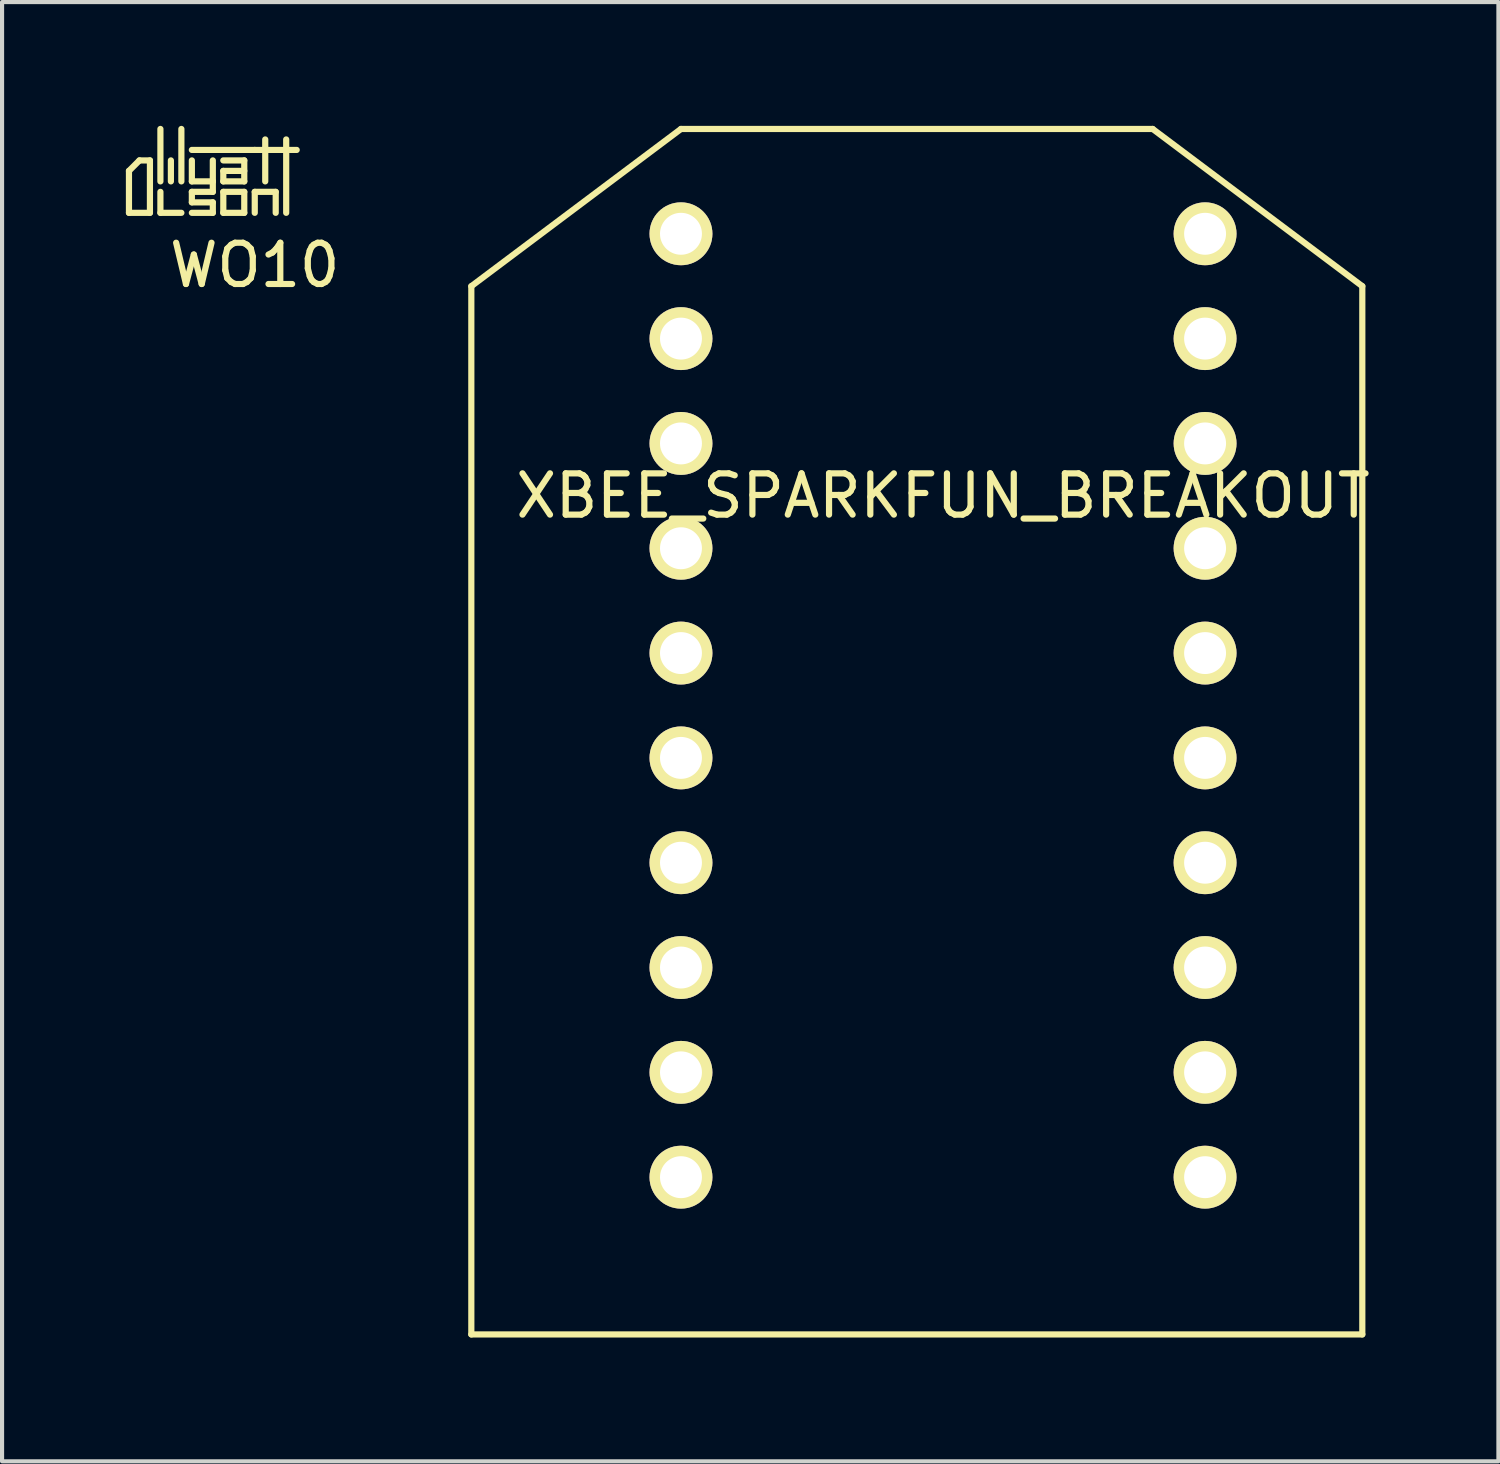
<source format=kicad_pcb>
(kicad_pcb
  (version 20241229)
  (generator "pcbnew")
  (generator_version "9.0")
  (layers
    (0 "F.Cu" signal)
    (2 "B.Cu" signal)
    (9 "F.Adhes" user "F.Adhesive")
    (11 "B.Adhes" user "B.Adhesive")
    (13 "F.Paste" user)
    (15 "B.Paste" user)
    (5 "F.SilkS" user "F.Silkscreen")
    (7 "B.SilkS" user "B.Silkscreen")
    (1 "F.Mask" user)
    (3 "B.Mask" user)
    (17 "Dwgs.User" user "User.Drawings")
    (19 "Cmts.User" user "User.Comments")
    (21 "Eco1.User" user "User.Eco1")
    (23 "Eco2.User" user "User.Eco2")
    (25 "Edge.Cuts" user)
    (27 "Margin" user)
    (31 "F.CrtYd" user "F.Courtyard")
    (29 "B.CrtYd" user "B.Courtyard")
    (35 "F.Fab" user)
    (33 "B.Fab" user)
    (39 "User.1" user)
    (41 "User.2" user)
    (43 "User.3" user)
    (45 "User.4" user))
  (footprint "WO10"
    (layer "F.Cu")
    (at 3.123 3.377)
    (property "Reference" "WO10" (at 0 0 0) (layer "F.SilkS") (effects (font (size 1 1) (thickness 0.15))))
    (attr through_hole)
    (fp_line (start -3.048 -2.286) (end -2.794 -2.54) (stroke (width 0.15) (type solid)) (layer "F.SilkS"))
    (fp_line (start -3.048 -1.27) (end -3.048 -2.286) (stroke (width 0.15) (type solid)) (layer "F.SilkS"))
    (fp_line (start -2.794 -2.54) (end -2.54 -2.54) (stroke (width 0.15) (type solid)) (layer "F.SilkS"))
    (fp_line (start -2.54 -2.54) (end -2.54 -1.27) (stroke (width 0.15) (type solid)) (layer "F.SilkS"))
    (fp_line (start -2.54 -1.27) (end -3.048 -1.27) (stroke (width 0.15) (type solid)) (layer "F.SilkS"))
    (fp_line (start -2.286 -2.032) (end -2.286 -3.302) (stroke (width 0.15) (type solid)) (layer "F.SilkS"))
    (fp_line (start -2.286 -1.778) (end -2.286 -1.27) (stroke (width 0.15) (type solid)) (layer "F.SilkS"))
    (fp_line (start -2.286 -1.27) (end -1.778 -1.27) (stroke (width 0.15) (type solid)) (layer "F.SilkS"))
    (fp_line (start -2.032 -2.032) (end -2.032 -2.54) (stroke (width 0.15) (type solid)) (layer "F.SilkS"))
    (fp_line (start -1.778 -3.302) (end -1.778 -2.032) (stroke (width 0.15) (type solid)) (layer "F.SilkS"))
    (fp_line (start -1.524 -2.794) (end 0 -2.794) (stroke (width 0.15) (type solid)) (layer "F.SilkS"))
    (fp_line (start -1.524 -2.54) (end -1.524 -2.032) (stroke (width 0.15) (type solid)) (layer "F.SilkS"))
    (fp_line (start -1.524 -2.032) (end -1.016 -2.032) (stroke (width 0.15) (type solid)) (layer "F.SilkS"))
    (fp_line (start -1.524 -1.778) (end -1.016 -1.778) (stroke (width 0.15) (type solid)) (layer "F.SilkS"))
    (fp_line (start -1.524 -1.524) (end -1.524 -1.778) (stroke (width 0.15) (type solid)) (layer "F.SilkS"))
    (fp_line (start -1.524 -1.27) (end -1.016 -1.27) (stroke (width 0.15) (type solid)) (layer "F.SilkS"))
    (fp_line (start -1.016 -2.032) (end -1.016 -2.54) (stroke (width 0.15) (type solid)) (layer "F.SilkS"))
    (fp_line (start -1.016 -2.032) (end -1.016 -1.778) (stroke (width 0.15) (type solid)) (layer "F.SilkS"))
    (fp_line (start -1.016 -1.524) (end -1.524 -1.524) (stroke (width 0.15) (type solid)) (layer "F.SilkS"))
    (fp_line (start -1.016 -1.27) (end -1.016 -1.524) (stroke (width 0.15) (type solid)) (layer "F.SilkS"))
    (fp_line (start -0.762 -2.54) (end -0.254 -2.54) (stroke (width 0.15) (type solid)) (layer "F.SilkS"))
    (fp_line (start -0.762 -2.286) (end -0.254 -2.286) (stroke (width 0.15) (type solid)) (layer "F.SilkS"))
    (fp_line (start -0.762 -2.032) (end -0.762 -2.286) (stroke (width 0.15) (type solid)) (layer "F.SilkS"))
    (fp_line (start -0.762 -1.778) (end -0.762 -1.27) (stroke (width 0.15) (type solid)) (layer "F.SilkS"))
    (fp_line (start -0.762 -1.27) (end -0.254 -1.27) (stroke (width 0.15) (type solid)) (layer "F.SilkS"))
    (fp_line (start -0.254 -2.54) (end -0.254 -2.032) (stroke (width 0.15) (type solid)) (layer "F.SilkS"))
    (fp_line (start -0.254 -2.032) (end -0.762 -2.032) (stroke (width 0.15) (type solid)) (layer "F.SilkS"))
    (fp_line (start -0.254 -1.778) (end -0.762 -1.778) (stroke (width 0.15) (type solid)) (layer "F.SilkS"))
    (fp_line (start -0.254 -1.27) (end -0.254 -1.778) (stroke (width 0.15) (type solid)) (layer "F.SilkS"))
    (fp_line (start 0 -2.794) (end 1.016 -2.794) (stroke (width 0.15) (type solid)) (layer "F.SilkS"))
    (fp_line (start 0 -1.778) (end 0.508 -1.778) (stroke (width 0.15) (type solid)) (layer "F.SilkS"))
    (fp_line (start 0 -1.27) (end 0 -1.778) (stroke (width 0.15) (type solid)) (layer "F.SilkS"))
    (fp_line (start 0.254 -2.032) (end 0.254 -3.048) (stroke (width 0.15) (type solid)) (layer "F.SilkS"))
    (fp_line (start 0.508 -1.778) (end 0.508 -1.27) (stroke (width 0.15) (type solid)) (layer "F.SilkS"))
    (fp_line (start 0.762 -1.27) (end 0.762 -3.048) (stroke (width 0.15) (type solid)) (layer "F.SilkS")))
  (footprint "XBEE_SPARKFUN_BREAKOUT"
    (layer "F.Cu")
    (at 19.801 14.045)
    (property "Reference" "XBEE_SPARKFUN_BREAKOUT" (at 0 -5.08 0) (layer "F.SilkS") (effects (font (size 1 1) (thickness 0.15))))
    (attr through_hole)
    (fp_line (start -11.43 -10.16) (end -11.43 15.24) (stroke (width 0.15) (type solid)) (layer "F.SilkS"))
    (fp_line (start -11.43 15.24) (end 10.16 15.24) (stroke (width 0.15) (type solid)) (layer "F.SilkS"))
    (fp_line (start -6.35 -13.97) (end -11.43 -10.16) (stroke (width 0.15) (type solid)) (layer "F.SilkS"))
    (fp_line (start 5.08 -13.97) (end -6.35 -13.97) (stroke (width 0.15) (type solid)) (layer "F.SilkS"))
    (fp_line (start 10.16 -10.16) (end 5.08 -13.97) (stroke (width 0.15) (type solid)) (layer "F.SilkS"))
    (fp_line (start 10.16 15.24) (end 10.16 -10.16) (stroke (width 0.15) (type solid)) (layer "F.SilkS"))
    (pad "1" thru_hole circle (at -6.35 -11.43) (size 1.524 1.524) (drill 1.016) (layers "*.Cu" "*.Mask" "F.SilkS"))
    (pad "2" thru_hole circle (at -6.35 -8.89) (size 1.524 1.524) (drill 1.016) (layers "*.Cu" "*.Mask" "F.SilkS"))
    (pad "3" thru_hole circle (at -6.35 -6.35) (size 1.524 1.524) (drill 1.016) (layers "*.Cu" "*.Mask" "F.SilkS"))
    (pad "4" thru_hole circle (at -6.35 -3.81) (size 1.524 1.524) (drill 1.016) (layers "*.Cu" "*.Mask" "F.SilkS"))
    (pad "5" thru_hole circle (at -6.35 -1.27) (size 1.524 1.524) (drill 1.016) (layers "*.Cu" "*.Mask" "F.SilkS"))
    (pad "6" thru_hole circle (at -6.35 1.27) (size 1.524 1.524) (drill 1.016) (layers "*.Cu" "*.Mask" "F.SilkS"))
    (pad "7" thru_hole circle (at -6.35 3.81) (size 1.524 1.524) (drill 1.016) (layers "*.Cu" "*.Mask" "F.SilkS"))
    (pad "8" thru_hole circle (at -6.35 6.35) (size 1.524 1.524) (drill 1.016) (layers "*.Cu" "*.Mask" "F.SilkS"))
    (pad "9" thru_hole circle (at -6.35 8.89) (size 1.524 1.524) (drill 1.016) (layers "*.Cu" "*.Mask" "F.SilkS"))
    (pad "10" thru_hole circle (at -6.35 11.43) (size 1.524 1.524) (drill 1.016) (layers "*.Cu" "*.Mask" "F.SilkS"))
    (pad "11" thru_hole circle (at 6.35 11.43) (size 1.524 1.524) (drill 1.016) (layers "*.Cu" "*.Mask" "F.SilkS"))
    (pad "12" thru_hole circle (at 6.35 8.89) (size 1.524 1.524) (drill 1.016) (layers "*.Cu" "*.Mask" "F.SilkS"))
    (pad "13" thru_hole circle (at 6.35 6.35) (size 1.524 1.524) (drill 1.016) (layers "*.Cu" "*.Mask" "F.SilkS"))
    (pad "14" thru_hole circle (at 6.35 3.81) (size 1.524 1.524) (drill 1.016) (layers "*.Cu" "*.Mask" "F.SilkS"))
    (pad "15" thru_hole circle (at 6.35 1.27) (size 1.524 1.524) (drill 1.016) (layers "*.Cu" "*.Mask" "F.SilkS"))
    (pad "16" thru_hole circle (at 6.35 -1.27) (size 1.524 1.524) (drill 1.016) (layers "*.Cu" "*.Mask" "F.SilkS"))
    (pad "17" thru_hole circle (at 6.35 -3.81) (size 1.524 1.524) (drill 1.016) (layers "*.Cu" "*.Mask" "F.SilkS"))
    (pad "18" thru_hole circle (at 6.35 -6.35) (size 1.524 1.524) (drill 1.016) (layers "*.Cu" "*.Mask" "F.SilkS"))
    (pad "19" thru_hole circle (at 6.35 -8.89) (size 1.524 1.524) (drill 1.016) (layers "*.Cu" "*.Mask" "F.SilkS"))
    (pad "20" thru_hole circle (at 6.35 -11.43) (size 1.524 1.524) (drill 1.016) (layers "*.Cu" "*.Mask" "F.SilkS")))
  (gr_rect
    (start -3 -3)
    (end 33.259 32.36)
    (stroke (width 0.1) (type default))
    (fill no)
    (layer "Edge.Cuts")))
</source>
